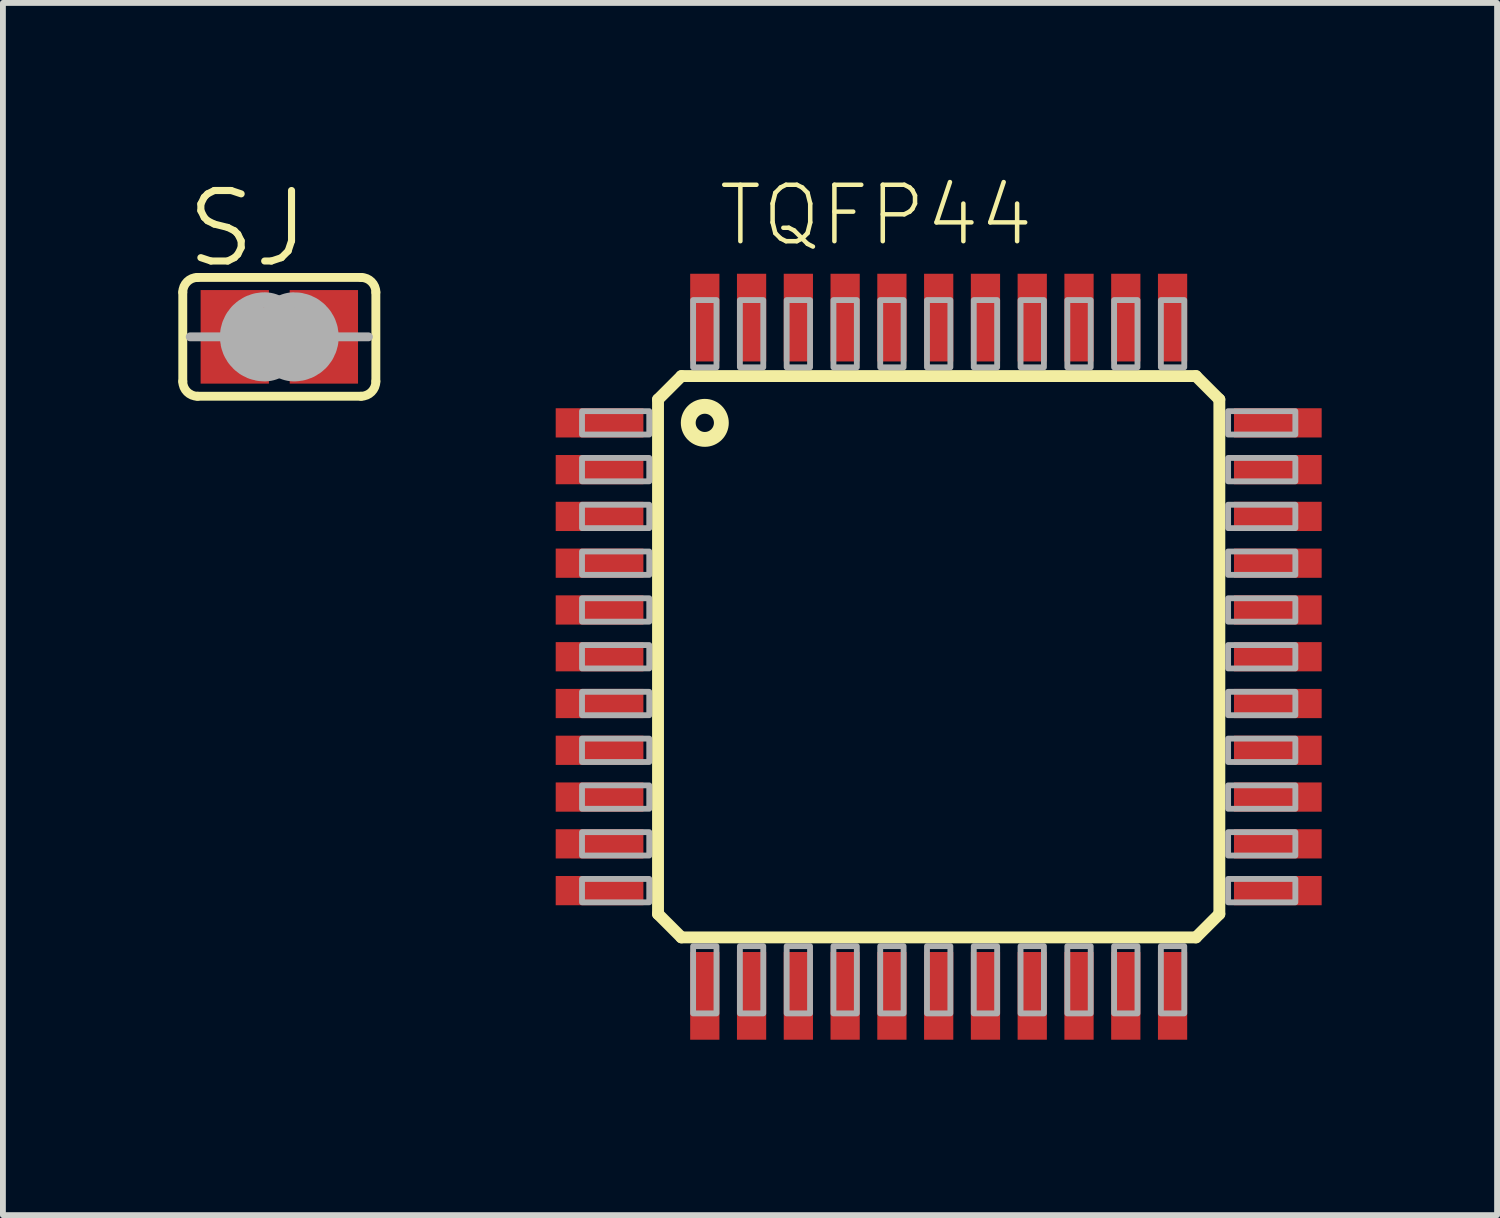
<source format=kicad_pcb>
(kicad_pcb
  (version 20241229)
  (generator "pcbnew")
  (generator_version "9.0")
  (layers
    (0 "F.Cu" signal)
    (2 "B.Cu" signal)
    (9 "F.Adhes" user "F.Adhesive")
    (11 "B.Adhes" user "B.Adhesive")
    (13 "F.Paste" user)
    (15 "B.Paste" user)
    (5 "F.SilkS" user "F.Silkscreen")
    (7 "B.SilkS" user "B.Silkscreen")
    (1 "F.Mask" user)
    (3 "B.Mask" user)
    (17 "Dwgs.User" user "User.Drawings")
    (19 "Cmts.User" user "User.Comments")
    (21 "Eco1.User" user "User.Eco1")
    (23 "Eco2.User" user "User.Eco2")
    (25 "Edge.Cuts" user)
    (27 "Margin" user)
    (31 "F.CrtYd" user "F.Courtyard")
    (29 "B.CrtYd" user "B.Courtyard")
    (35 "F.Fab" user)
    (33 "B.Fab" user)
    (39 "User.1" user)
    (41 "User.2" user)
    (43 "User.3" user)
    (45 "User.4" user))
  (footprint "TQFP44"
    (layer "F.Cu")
    (at 13.004 8.182)
    (property "Reference" "TQFP44" (at -3.81 -6.985 0) (layer "F.SilkS") (effects (font (size 0.965 0.965) (thickness 0.077)) (justify left bottom)))
    (attr through_hole)
    (fp_line (start -4.8 -4.4) (end -4.4 -4.8) (stroke (width 0.203) (type solid)) (layer "F.SilkS"))
    (fp_line (start -4.8 4.4) (end -4.8 -4.4) (stroke (width 0.203) (type solid)) (layer "F.SilkS"))
    (fp_line (start -4.4 -4.8) (end 4.4 -4.8) (stroke (width 0.203) (type solid)) (layer "F.SilkS"))
    (fp_line (start -4.4 4.8) (end -4.8 4.4) (stroke (width 0.203) (type solid)) (layer "F.SilkS"))
    (fp_line (start 4.4 -4.8) (end 4.8 -4.4) (stroke (width 0.203) (type solid)) (layer "F.SilkS"))
    (fp_line (start 4.4 4.8) (end -4.4 4.8) (stroke (width 0.203) (type solid)) (layer "F.SilkS"))
    (fp_line (start 4.8 -4.4) (end 4.8 4.4) (stroke (width 0.203) (type solid)) (layer "F.SilkS"))
    (fp_line (start 4.8 4.4) (end 4.4 4.8) (stroke (width 0.203) (type solid)) (layer "F.SilkS"))
    (fp_circle (center -4 -4) (end -3.717 -4) (stroke (width 0.254) (type solid)) (fill no) (layer "F.SilkS"))
    (fp_poly (pts (xy -6.1 -3.8) (xy -4.95 -3.8) (xy -4.95 -4.2) (xy -6.1 -4.2)) (stroke (width 0.1) (type solid)) (fill no) (layer "F.Fab"))
    (fp_poly (pts (xy -6.1 -3) (xy -4.95 -3) (xy -4.95 -3.4) (xy -6.1 -3.4)) (stroke (width 0.1) (type solid)) (fill no) (layer "F.Fab"))
    (fp_poly (pts (xy -6.1 -2.2) (xy -4.95 -2.2) (xy -4.95 -2.6) (xy -6.1 -2.6)) (stroke (width 0.1) (type solid)) (fill no) (layer "F.Fab"))
    (fp_poly (pts (xy -6.1 -1.4) (xy -4.95 -1.4) (xy -4.95 -1.8) (xy -6.1 -1.8)) (stroke (width 0.1) (type solid)) (fill no) (layer "F.Fab"))
    (fp_poly (pts (xy -6.1 -0.6) (xy -4.95 -0.6) (xy -4.95 -1) (xy -6.1 -1)) (stroke (width 0.1) (type solid)) (fill no) (layer "F.Fab"))
    (fp_poly (pts (xy -6.1 0.2) (xy -4.95 0.2) (xy -4.95 -0.2) (xy -6.1 -0.2)) (stroke (width 0.1) (type solid)) (fill no) (layer "F.Fab"))
    (fp_poly (pts (xy -6.1 1) (xy -4.95 1) (xy -4.95 0.6) (xy -6.1 0.6)) (stroke (width 0.1) (type solid)) (fill no) (layer "F.Fab"))
    (fp_poly (pts (xy -6.1 1.8) (xy -4.95 1.8) (xy -4.95 1.4) (xy -6.1 1.4)) (stroke (width 0.1) (type solid)) (fill no) (layer "F.Fab"))
    (fp_poly (pts (xy -6.1 2.6) (xy -4.95 2.6) (xy -4.95 2.2) (xy -6.1 2.2)) (stroke (width 0.1) (type solid)) (fill no) (layer "F.Fab"))
    (fp_poly (pts (xy -6.1 3.4) (xy -4.95 3.4) (xy -4.95 3) (xy -6.1 3)) (stroke (width 0.1) (type solid)) (fill no) (layer "F.Fab"))
    (fp_poly (pts (xy -6.1 4.2) (xy -4.95 4.2) (xy -4.95 3.8) (xy -6.1 3.8)) (stroke (width 0.1) (type solid)) (fill no) (layer "F.Fab"))
    (fp_poly (pts (xy -4.2 -4.95) (xy -3.8 -4.95) (xy -3.8 -6.1) (xy -4.2 -6.1)) (stroke (width 0.1) (type solid)) (fill no) (layer "F.Fab"))
    (fp_poly (pts (xy -4.2 6.1) (xy -3.8 6.1) (xy -3.8 4.95) (xy -4.2 4.95)) (stroke (width 0.1) (type solid)) (fill no) (layer "F.Fab"))
    (fp_poly (pts (xy -3.4 -4.95) (xy -3 -4.95) (xy -3 -6.1) (xy -3.4 -6.1)) (stroke (width 0.1) (type solid)) (fill no) (layer "F.Fab"))
    (fp_poly (pts (xy -3.4 6.1) (xy -3 6.1) (xy -3 4.95) (xy -3.4 4.95)) (stroke (width 0.1) (type solid)) (fill no) (layer "F.Fab"))
    (fp_poly (pts (xy -2.6 -4.95) (xy -2.2 -4.95) (xy -2.2 -6.1) (xy -2.6 -6.1)) (stroke (width 0.1) (type solid)) (fill no) (layer "F.Fab"))
    (fp_poly (pts (xy -2.6 6.1) (xy -2.2 6.1) (xy -2.2 4.95) (xy -2.6 4.95)) (stroke (width 0.1) (type solid)) (fill no) (layer "F.Fab"))
    (fp_poly (pts (xy -1.8 -4.95) (xy -1.4 -4.95) (xy -1.4 -6.1) (xy -1.8 -6.1)) (stroke (width 0.1) (type solid)) (fill no) (layer "F.Fab"))
    (fp_poly (pts (xy -1.8 6.1) (xy -1.4 6.1) (xy -1.4 4.95) (xy -1.8 4.95)) (stroke (width 0.1) (type solid)) (fill no) (layer "F.Fab"))
    (fp_poly (pts (xy -1 -4.95) (xy -0.6 -4.95) (xy -0.6 -6.1) (xy -1 -6.1)) (stroke (width 0.1) (type solid)) (fill no) (layer "F.Fab"))
    (fp_poly (pts (xy -1 6.1) (xy -0.6 6.1) (xy -0.6 4.95) (xy -1 4.95)) (stroke (width 0.1) (type solid)) (fill no) (layer "F.Fab"))
    (fp_poly (pts (xy -0.2 -4.95) (xy 0.2 -4.95) (xy 0.2 -6.1) (xy -0.2 -6.1)) (stroke (width 0.1) (type solid)) (fill no) (layer "F.Fab"))
    (fp_poly (pts (xy -0.2 6.1) (xy 0.2 6.1) (xy 0.2 4.95) (xy -0.2 4.95)) (stroke (width 0.1) (type solid)) (fill no) (layer "F.Fab"))
    (fp_poly (pts (xy 0.6 -4.95) (xy 1 -4.95) (xy 1 -6.1) (xy 0.6 -6.1)) (stroke (width 0.1) (type solid)) (fill no) (layer "F.Fab"))
    (fp_poly (pts (xy 0.6 6.1) (xy 1 6.1) (xy 1 4.95) (xy 0.6 4.95)) (stroke (width 0.1) (type solid)) (fill no) (layer "F.Fab"))
    (fp_poly (pts (xy 1.4 -4.95) (xy 1.8 -4.95) (xy 1.8 -6.1) (xy 1.4 -6.1)) (stroke (width 0.1) (type solid)) (fill no) (layer "F.Fab"))
    (fp_poly (pts (xy 1.4 6.1) (xy 1.8 6.1) (xy 1.8 4.95) (xy 1.4 4.95)) (stroke (width 0.1) (type solid)) (fill no) (layer "F.Fab"))
    (fp_poly (pts (xy 2.2 -4.95) (xy 2.6 -4.95) (xy 2.6 -6.1) (xy 2.2 -6.1)) (stroke (width 0.1) (type solid)) (fill no) (layer "F.Fab"))
    (fp_poly (pts (xy 2.2 6.1) (xy 2.6 6.1) (xy 2.6 4.95) (xy 2.2 4.95)) (stroke (width 0.1) (type solid)) (fill no) (layer "F.Fab"))
    (fp_poly (pts (xy 3 -4.95) (xy 3.4 -4.95) (xy 3.4 -6.1) (xy 3 -6.1)) (stroke (width 0.1) (type solid)) (fill no) (layer "F.Fab"))
    (fp_poly (pts (xy 3 6.1) (xy 3.4 6.1) (xy 3.4 4.95) (xy 3 4.95)) (stroke (width 0.1) (type solid)) (fill no) (layer "F.Fab"))
    (fp_poly (pts (xy 3.8 -4.95) (xy 4.2 -4.95) (xy 4.2 -6.1) (xy 3.8 -6.1)) (stroke (width 0.1) (type solid)) (fill no) (layer "F.Fab"))
    (fp_poly (pts (xy 3.8 6.1) (xy 4.2 6.1) (xy 4.2 4.95) (xy 3.8 4.95)) (stroke (width 0.1) (type solid)) (fill no) (layer "F.Fab"))
    (fp_poly (pts (xy 4.95 -3.8) (xy 6.1 -3.8) (xy 6.1 -4.2) (xy 4.95 -4.2)) (stroke (width 0.1) (type solid)) (fill no) (layer "F.Fab"))
    (fp_poly (pts (xy 4.95 -3) (xy 6.1 -3) (xy 6.1 -3.4) (xy 4.95 -3.4)) (stroke (width 0.1) (type solid)) (fill no) (layer "F.Fab"))
    (fp_poly (pts (xy 4.95 -2.2) (xy 6.1 -2.2) (xy 6.1 -2.6) (xy 4.95 -2.6)) (stroke (width 0.1) (type solid)) (fill no) (layer "F.Fab"))
    (fp_poly (pts (xy 4.95 -1.4) (xy 6.1 -1.4) (xy 6.1 -1.8) (xy 4.95 -1.8)) (stroke (width 0.1) (type solid)) (fill no) (layer "F.Fab"))
    (fp_poly (pts (xy 4.95 -0.6) (xy 6.1 -0.6) (xy 6.1 -1) (xy 4.95 -1)) (stroke (width 0.1) (type solid)) (fill no) (layer "F.Fab"))
    (fp_poly (pts (xy 4.95 0.2) (xy 6.1 0.2) (xy 6.1 -0.2) (xy 4.95 -0.2)) (stroke (width 0.1) (type solid)) (fill no) (layer "F.Fab"))
    (fp_poly (pts (xy 4.95 1) (xy 6.1 1) (xy 6.1 0.6) (xy 4.95 0.6)) (stroke (width 0.1) (type solid)) (fill no) (layer "F.Fab"))
    (fp_poly (pts (xy 4.95 1.8) (xy 6.1 1.8) (xy 6.1 1.4) (xy 4.95 1.4)) (stroke (width 0.1) (type solid)) (fill no) (layer "F.Fab"))
    (fp_poly (pts (xy 4.95 2.6) (xy 6.1 2.6) (xy 6.1 2.2) (xy 4.95 2.2)) (stroke (width 0.1) (type solid)) (fill no) (layer "F.Fab"))
    (fp_poly (pts (xy 4.95 3.4) (xy 6.1 3.4) (xy 6.1 3) (xy 4.95 3)) (stroke (width 0.1) (type solid)) (fill no) (layer "F.Fab"))
    (fp_poly (pts (xy 4.95 4.2) (xy 6.1 4.2) (xy 6.1 3.8) (xy 4.95 3.8)) (stroke (width 0.1) (type solid)) (fill no) (layer "F.Fab"))
    (pad "1" smd rect (at -5.8 -4) (size 1.5 0.5) (layers "F.Cu" "F.Mask" "F.Paste"))
    (pad "2" smd rect (at -5.8 -3.2) (size 1.5 0.5) (layers "F.Cu" "F.Mask" "F.Paste"))
    (pad "3" smd rect (at -5.8 -2.4) (size 1.5 0.5) (layers "F.Cu" "F.Mask" "F.Paste"))
    (pad "4" smd rect (at -5.8 -1.6) (size 1.5 0.5) (layers "F.Cu" "F.Mask" "F.Paste"))
    (pad "5" smd rect (at -5.8 -0.8) (size 1.5 0.5) (layers "F.Cu" "F.Mask" "F.Paste"))
    (pad "6" smd rect (at -5.8 0) (size 1.5 0.5) (layers "F.Cu" "F.Mask" "F.Paste"))
    (pad "7" smd rect (at -5.8 0.8) (size 1.5 0.5) (layers "F.Cu" "F.Mask" "F.Paste"))
    (pad "8" smd rect (at -5.8 1.6) (size 1.5 0.5) (layers "F.Cu" "F.Mask" "F.Paste"))
    (pad "9" smd rect (at -5.8 2.4) (size 1.5 0.5) (layers "F.Cu" "F.Mask" "F.Paste"))
    (pad "10" smd rect (at -5.8 3.2) (size 1.5 0.5) (layers "F.Cu" "F.Mask" "F.Paste"))
    (pad "11" smd rect (at -5.8 4) (size 1.5 0.5) (layers "F.Cu" "F.Mask" "F.Paste"))
    (pad "12" smd rect (at -4 5.8) (size 0.5 1.5) (layers "F.Cu" "F.Mask" "F.Paste"))
    (pad "13" smd rect (at -3.2 5.8) (size 0.5 1.5) (layers "F.Cu" "F.Mask" "F.Paste"))
    (pad "14" smd rect (at -2.4 5.8) (size 0.5 1.5) (layers "F.Cu" "F.Mask" "F.Paste"))
    (pad "15" smd rect (at -1.6 5.8) (size 0.5 1.5) (layers "F.Cu" "F.Mask" "F.Paste"))
    (pad "16" smd rect (at -0.8 5.8) (size 0.5 1.5) (layers "F.Cu" "F.Mask" "F.Paste"))
    (pad "17" smd rect (at 0 5.8) (size 0.5 1.5) (layers "F.Cu" "F.Mask" "F.Paste"))
    (pad "18" smd rect (at 0.8 5.8) (size 0.5 1.5) (layers "F.Cu" "F.Mask" "F.Paste"))
    (pad "19" smd rect (at 1.6 5.8) (size 0.5 1.5) (layers "F.Cu" "F.Mask" "F.Paste"))
    (pad "20" smd rect (at 2.4 5.8) (size 0.5 1.5) (layers "F.Cu" "F.Mask" "F.Paste"))
    (pad "21" smd rect (at 3.2 5.8) (size 0.5 1.5) (layers "F.Cu" "F.Mask" "F.Paste"))
    (pad "22" smd rect (at 4 5.8) (size 0.5 1.5) (layers "F.Cu" "F.Mask" "F.Paste"))
    (pad "23" smd rect (at 5.8 4) (size 1.5 0.5) (layers "F.Cu" "F.Mask" "F.Paste"))
    (pad "24" smd rect (at 5.8 3.2) (size 1.5 0.5) (layers "F.Cu" "F.Mask" "F.Paste"))
    (pad "25" smd rect (at 5.8 2.4) (size 1.5 0.5) (layers "F.Cu" "F.Mask" "F.Paste"))
    (pad "26" smd rect (at 5.8 1.6) (size 1.5 0.5) (layers "F.Cu" "F.Mask" "F.Paste"))
    (pad "27" smd rect (at 5.8 0.8) (size 1.5 0.5) (layers "F.Cu" "F.Mask" "F.Paste"))
    (pad "28" smd rect (at 5.8 0) (size 1.5 0.5) (layers "F.Cu" "F.Mask" "F.Paste"))
    (pad "29" smd rect (at 5.8 -0.8) (size 1.5 0.5) (layers "F.Cu" "F.Mask" "F.Paste"))
    (pad "30" smd rect (at 5.8 -1.6) (size 1.5 0.5) (layers "F.Cu" "F.Mask" "F.Paste"))
    (pad "31" smd rect (at 5.8 -2.4) (size 1.5 0.5) (layers "F.Cu" "F.Mask" "F.Paste"))
    (pad "32" smd rect (at 5.8 -3.2) (size 1.5 0.5) (layers "F.Cu" "F.Mask" "F.Paste"))
    (pad "33" smd rect (at 5.8 -4) (size 1.5 0.5) (layers "F.Cu" "F.Mask" "F.Paste"))
    (pad "34" smd rect (at 4 -5.8) (size 0.5 1.5) (layers "F.Cu" "F.Mask" "F.Paste"))
    (pad "35" smd rect (at 3.2 -5.8) (size 0.5 1.5) (layers "F.Cu" "F.Mask" "F.Paste"))
    (pad "36" smd rect (at 2.4 -5.8) (size 0.5 1.5) (layers "F.Cu" "F.Mask" "F.Paste"))
    (pad "37" smd rect (at 1.6 -5.8) (size 0.5 1.5) (layers "F.Cu" "F.Mask" "F.Paste"))
    (pad "38" smd rect (at 0.8 -5.8) (size 0.5 1.5) (layers "F.Cu" "F.Mask" "F.Paste"))
    (pad "39" smd rect (at 0 -5.8) (size 0.5 1.5) (layers "F.Cu" "F.Mask" "F.Paste"))
    (pad "40" smd rect (at -0.8 -5.8) (size 0.5 1.5) (layers "F.Cu" "F.Mask" "F.Paste"))
    (pad "41" smd rect (at -1.6 -5.8) (size 0.5 1.5) (layers "F.Cu" "F.Mask" "F.Paste"))
    (pad "42" smd rect (at -2.4 -5.8) (size 0.5 1.5) (layers "F.Cu" "F.Mask" "F.Paste"))
    (pad "43" smd rect (at -3.2 -5.8) (size 0.5 1.5) (layers "F.Cu" "F.Mask" "F.Paste"))
    (pad "44" smd rect (at -4 -5.8) (size 0.5 1.5) (layers "F.Cu" "F.Mask" "F.Paste")))
  (footprint "SJ"
    (layer "F.Cu")
    (at 1.727 2.711)
    (property "Reference" "SJ" (at -1.651 -1.143 180) (layer "F.SilkS") (effects (font (size 1.206 1.206) (thickness 0.121)) (justify left bottom)))
    (attr through_hole)
    (fp_poly (pts (xy -0.076 0.914) (xy 0.076 0.914) (xy 0.076 -0.914) (xy -0.076 -0.914)) (stroke (width 0) (type solid)) (fill yes) (layer "F.Mask"))
    (fp_line (start -1.651 0.762) (end -1.651 -0.762) (stroke (width 0.152) (type solid)) (layer "F.SilkS"))
    (fp_line (start -1.397 -1.016) (end 1.397 -1.016) (stroke (width 0.152) (type solid)) (layer "F.SilkS"))
    (fp_line (start 1.397 1.016) (end -1.397 1.016) (stroke (width 0.152) (type solid)) (layer "F.SilkS"))
    (fp_line (start 1.651 0.762) (end 1.651 -0.762) (stroke (width 0.152) (type solid)) (layer "F.SilkS"))
    (fp_arc (start -1.651 -0.762) (mid -1.576605 -0.941605) (end -1.397 -1.016) (stroke (width 0.1524) (type solid)) (layer "F.SilkS"))
    (fp_arc (start -1.397 1.016) (mid -1.576605 0.941605) (end -1.651 0.762) (stroke (width 0.1524) (type solid)) (layer "F.SilkS"))
    (fp_arc (start 1.397 -1.016) (mid 1.576605 -0.941605) (end 1.651 -0.762) (stroke (width 0.1524) (type solid)) (layer "F.SilkS"))
    (fp_arc (start 1.651 0.762) (mid 1.576605 0.941605) (end 1.397 1.016) (stroke (width 0.1524) (type solid)) (layer "F.SilkS"))
    (fp_line (start -1.016 0) (end -1.524 0) (stroke (width 0.152) (type solid)) (layer "F.Fab"))
    (fp_line (start 1.016 0) (end 1.524 0) (stroke (width 0.152) (type solid)) (layer "F.Fab"))
    (fp_arc (start -0.254 0.127) (mid -0.381 0) (end -0.254 -0.127) (stroke (width 1.27) (type solid)) (layer "F.Fab"))
    (fp_arc (start 0.254 -0.127) (mid 0.381 0) (end 0.254 0.127) (stroke (width 1.27) (type solid)) (layer "F.Fab"))
    (pad "1" smd rect (at -0.762 0) (size 1.168 1.6) (layers "F.Cu" "F.Mask" "F.Paste"))
    (pad "2" smd rect (at 0.762 0) (size 1.168 1.6) (layers "F.Cu" "F.Mask" "F.Paste")))
  (gr_rect
    (start -3 -3)
    (end 22.554 17.732)
    (stroke (width 0.1) (type default))
    (fill no)
    (layer "Edge.Cuts")))
</source>
